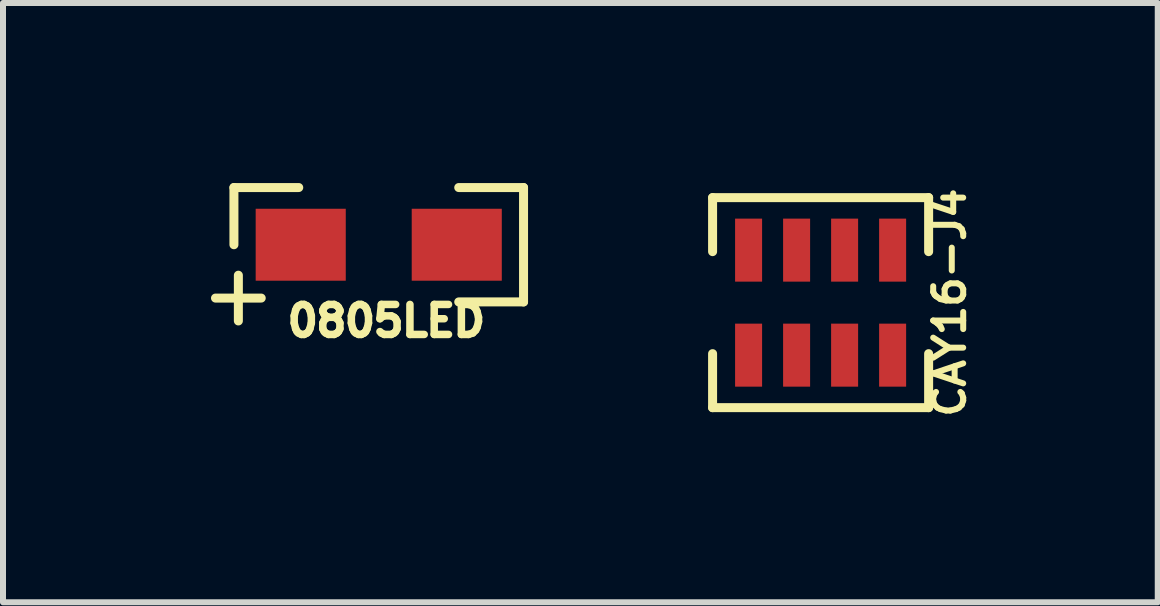
<source format=kicad_pcb>
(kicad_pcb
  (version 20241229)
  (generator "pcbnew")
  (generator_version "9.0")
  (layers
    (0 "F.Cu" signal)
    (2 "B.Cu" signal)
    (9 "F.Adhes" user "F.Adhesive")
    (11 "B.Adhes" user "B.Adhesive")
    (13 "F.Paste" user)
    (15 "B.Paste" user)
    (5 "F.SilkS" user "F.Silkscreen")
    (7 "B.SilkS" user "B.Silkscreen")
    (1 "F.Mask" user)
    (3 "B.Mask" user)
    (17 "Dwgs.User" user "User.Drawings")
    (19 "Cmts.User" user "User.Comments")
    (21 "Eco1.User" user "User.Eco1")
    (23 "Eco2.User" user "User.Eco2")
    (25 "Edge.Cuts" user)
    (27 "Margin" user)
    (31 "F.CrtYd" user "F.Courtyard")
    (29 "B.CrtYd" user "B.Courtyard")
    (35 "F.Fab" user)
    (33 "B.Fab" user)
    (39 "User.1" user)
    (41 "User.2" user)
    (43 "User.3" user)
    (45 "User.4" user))
  (footprint "0805LED"
    (layer "F.Cu")
    (at 3.261 1.028)
    (property "Reference" "0805LED" (at 0.127 1.27 0) (layer "F.SilkS") (effects (font (size 0.5 0.5) (thickness 0.125))))
    (attr smd)
    (fp_line (start -2.413 -0.953) (end -2.413 0) (stroke (width 0.15) (type solid)) (layer "F.SilkS"))
    (fp_line (start -2.413 -0.953) (end -1.333 -0.953) (stroke (width 0.15) (type solid)) (layer "F.SilkS"))
    (fp_line (start 2.413 -0.953) (end 1.333 -0.953) (stroke (width 0.15) (type solid)) (layer "F.SilkS"))
    (fp_line (start 2.413 -0.953) (end 2.413 0.953) (stroke (width 0.15) (type solid)) (layer "F.SilkS"))
    (fp_line (start 2.413 0.953) (end 1.333 0.953) (stroke (width 0.15) (type solid)) (layer "F.SilkS"))
    (fp_text user "+" (at -2.413 0.889 90) (layer "F.SilkS") (effects (font (size 1 1) (thickness 0.15))))
    (pad "1" smd rect (at -1.3 0) (size 1.501 1.199) (layers "F.Cu" "F.Mask" "F.Paste"))
    (pad "2" smd rect (at 1.3 0) (size 1.501 1.199) (layers "F.Cu" "F.Mask" "F.Paste")))
  (footprint "CAY16-J4"
    (layer "F.Cu")
    (at 10.624 1.993)
    (property "Reference" "CAY16-J4" (at 2.15 0 270) (layer "F.SilkS") (effects (font (size 0.5 0.5) (thickness 0.1))))
    (attr smd)
    (fp_line (start -1.8 -1.75) (end 1.8 -1.75) (stroke (width 0.15) (type solid)) (layer "F.SilkS"))
    (fp_line (start -1.8 -0.85) (end -1.8 -1.75) (stroke (width 0.15) (type solid)) (layer "F.SilkS"))
    (fp_line (start -1.8 0.85) (end -1.8 1.75) (stroke (width 0.15) (type solid)) (layer "F.SilkS"))
    (fp_line (start -1.8 1.75) (end 1.8 1.75) (stroke (width 0.15) (type solid)) (layer "F.SilkS"))
    (fp_line (start 1.8 -1.75) (end 1.8 -0.85) (stroke (width 0.15) (type solid)) (layer "F.SilkS"))
    (fp_line (start 1.8 1.75) (end 1.8 0.85) (stroke (width 0.15) (type solid)) (layer "F.SilkS"))
    (pad "1" smd rect (at -1.2 0.875) (size 0.45 1.05) (layers "F.Cu" "F.Mask" "F.Paste"))
    (pad "2" smd rect (at -0.4 0.875) (size 0.45 1.05) (layers "F.Cu" "F.Mask" "F.Paste"))
    (pad "3" smd rect (at 0.4 0.875) (size 0.45 1.05) (layers "F.Cu" "F.Mask" "F.Paste"))
    (pad "4" smd rect (at 1.2 0.875) (size 0.45 1.05) (layers "F.Cu" "F.Mask" "F.Paste"))
    (pad "5" smd rect (at -1.2 -0.875) (size 0.45 1.05) (layers "F.Cu" "F.Mask" "F.Paste"))
    (pad "6" smd rect (at -0.4 -0.875) (size 0.45 1.05) (layers "F.Cu" "F.Mask" "F.Paste"))
    (pad "7" smd rect (at 0.4 -0.875) (size 0.45 1.05) (layers "F.Cu" "F.Mask" "F.Paste"))
    (pad "8" smd rect (at 1.2 -0.875) (size 0.45 1.05) (layers "F.Cu" "F.Mask" "F.Paste")))
  (gr_rect
    (start -3 -3)
    (end 16.242 6.986)
    (stroke (width 0.1) (type default))
    (fill no)
    (layer "Edge.Cuts")))
</source>
